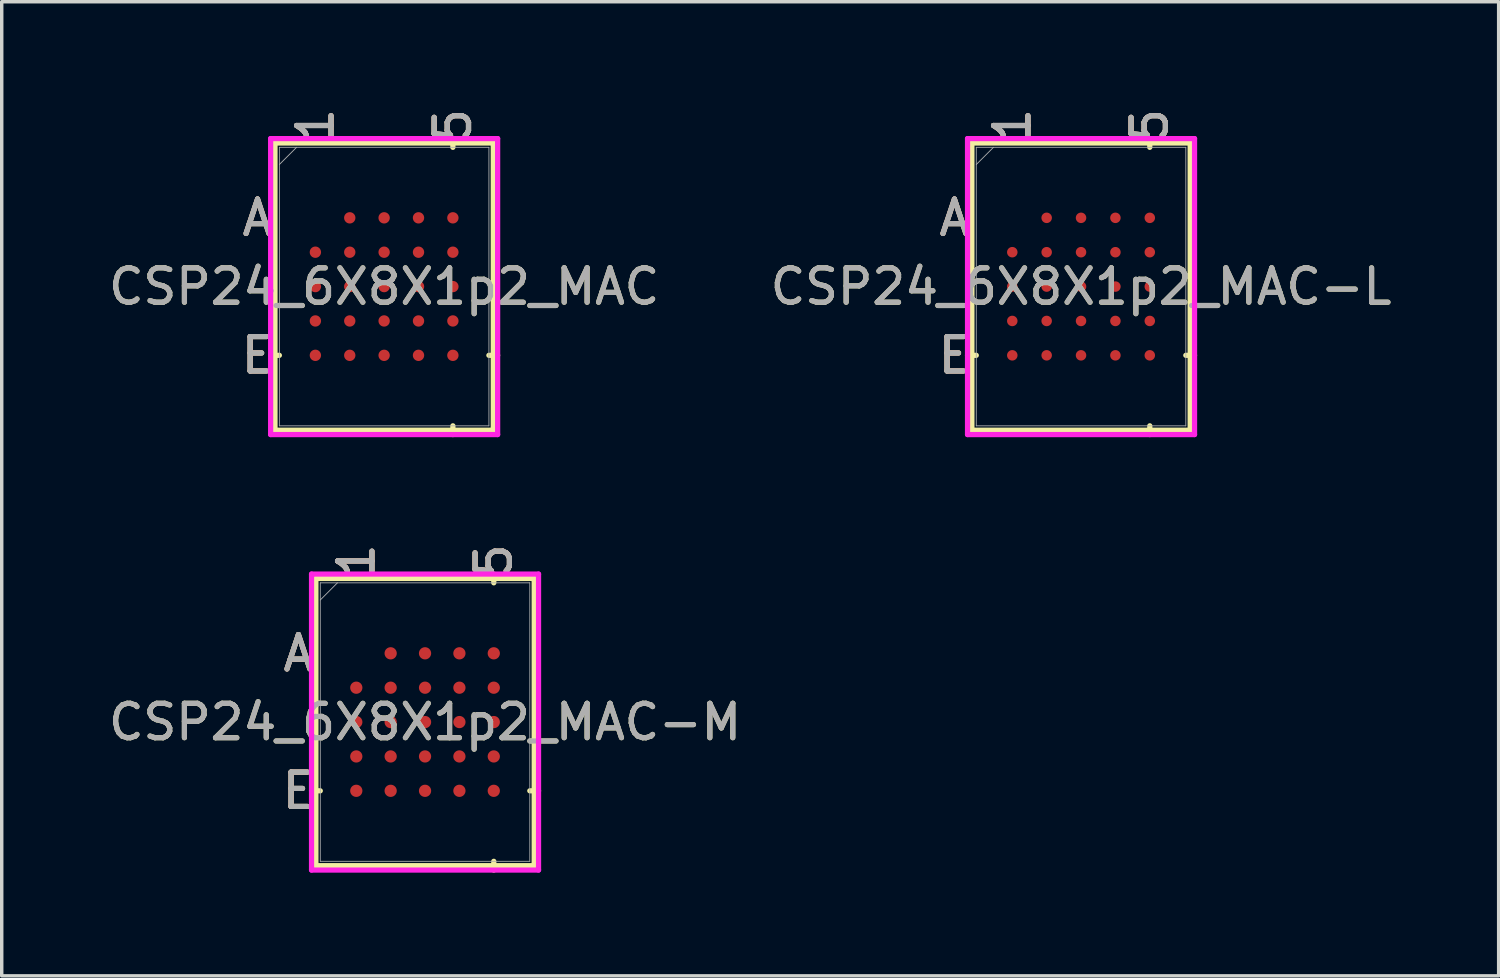
<source format=kicad_pcb>
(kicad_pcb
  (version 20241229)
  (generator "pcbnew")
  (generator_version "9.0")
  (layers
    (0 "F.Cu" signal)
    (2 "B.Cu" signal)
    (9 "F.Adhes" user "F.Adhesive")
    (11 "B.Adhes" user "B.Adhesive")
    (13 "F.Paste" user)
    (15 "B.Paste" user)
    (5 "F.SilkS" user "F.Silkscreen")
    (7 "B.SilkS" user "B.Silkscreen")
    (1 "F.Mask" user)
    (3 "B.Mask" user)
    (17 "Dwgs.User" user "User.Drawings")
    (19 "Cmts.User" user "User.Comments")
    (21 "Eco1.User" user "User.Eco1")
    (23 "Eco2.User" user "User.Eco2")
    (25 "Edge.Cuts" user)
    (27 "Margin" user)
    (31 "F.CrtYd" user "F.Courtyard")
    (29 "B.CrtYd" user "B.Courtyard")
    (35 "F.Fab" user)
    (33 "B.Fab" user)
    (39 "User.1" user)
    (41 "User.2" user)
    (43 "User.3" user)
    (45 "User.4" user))
  (footprint "CSP24_6X8X1p2_MAC-M"
    (layer "F.Cu")
    (at 9.315 17.956)
    (property "Reference" "CSP24_6X8X1p2_MAC-M" (at 0 0 0) (unlocked yes) (layer "F.SilkS") (effects (font (size 1 1) (thickness 0.15))))
    (attr smd)
    (fp_line (start -3.175 -4.178) (end -3.175 4.178) (stroke (width 0.152) (type solid)) (layer "F.SilkS"))
    (fp_line (start -3.175 4.178) (end 3.175 4.178) (stroke (width 0.152) (type solid)) (layer "F.SilkS"))
    (fp_line (start -3.048 2) (end -3.302 2) (stroke (width 0.152) (type solid)) (layer "F.SilkS"))
    (fp_line (start 2 -4.051) (end 2 -4.305) (stroke (width 0.152) (type solid)) (layer "F.SilkS"))
    (fp_line (start 2 4.051) (end 2 4.305) (stroke (width 0.152) (type solid)) (layer "F.SilkS"))
    (fp_line (start 3.048 2) (end 3.302 2) (stroke (width 0.152) (type solid)) (layer "F.SilkS"))
    (fp_line (start 3.175 -4.178) (end -3.175 -4.178) (stroke (width 0.152) (type solid)) (layer "F.SilkS"))
    (fp_line (start 3.175 4.178) (end 3.175 -4.178) (stroke (width 0.152) (type solid)) (layer "F.SilkS"))
    (fp_poly (pts (xy -3.008 -3.008) (xy 3.008 -3.008) (xy 3.008 3.008) (xy -3.008 3.008)) (stroke (width 0.1) (type solid)) (fill no) (layer "Eco2.User"))
    (fp_line (start -3.302 -4.305) (end 3.302 -4.305) (stroke (width 0.152) (type solid)) (layer "F.CrtYd"))
    (fp_line (start -3.302 4.305) (end -3.302 -4.305) (stroke (width 0.152) (type solid)) (layer "F.CrtYd"))
    (fp_line (start 3.302 -4.305) (end 3.302 4.305) (stroke (width 0.152) (type solid)) (layer "F.CrtYd"))
    (fp_line (start 3.302 4.305) (end -3.302 4.305) (stroke (width 0.152) (type solid)) (layer "F.CrtYd"))
    (fp_line (start -3.048 -4.051) (end -3.048 4.051) (stroke (width 0.025) (type solid)) (layer "F.Fab"))
    (fp_line (start -3.048 4.051) (end 3.048 4.051) (stroke (width 0.025) (type solid)) (layer "F.Fab"))
    (fp_line (start -2.548 -4.051) (end -3.048 -3.551) (stroke (width 0.025) (type solid)) (layer "F.Fab"))
    (fp_line (start 3.048 -4.051) (end -3.048 -4.051) (stroke (width 0.025) (type solid)) (layer "F.Fab"))
    (fp_line (start 3.048 4.051) (end 3.048 -4.051) (stroke (width 0.025) (type solid)) (layer "F.Fab"))
    (fp_text user "A" (at -3.683 -2 0) (unlocked yes) (layer "F.SilkS") (effects (font (size 1 1) (thickness 0.15))))
    (fp_text user "5" (at 2 -4.686 90) (unlocked yes) (layer "F.SilkS") (effects (font (size 1 1) (thickness 0.15))))
    (fp_text user "1" (at -2 -4.686 90) (unlocked yes) (layer "F.SilkS") (effects (font (size 1 1) (thickness 0.15))))
    (fp_text user "E" (at -3.683 2 0) (unlocked yes) (layer "F.SilkS") (effects (font (size 1 1) (thickness 0.15))))
    (fp_text user "E" (at -3.683 2 0) (unlocked yes) (layer "B.SilkS") (effects (font (size 1 1) (thickness 0.15))))
    (fp_text user "5" (at 2 -4.686 90) (unlocked yes) (layer "B.SilkS") (effects (font (size 1 1) (thickness 0.15))))
    (fp_text user "A" (at -3.683 -2 0) (unlocked yes) (layer "B.SilkS") (effects (font (size 1 1) (thickness 0.15))))
    (fp_text user "1" (at -2 -4.686 90) (unlocked yes) (layer "B.SilkS") (effects (font (size 1 1) (thickness 0.15))))
    (fp_text user "5" (at 2 -4.686 90) (unlocked yes) (layer "F.Fab") (effects (font (size 1 1) (thickness 0.15))))
    (fp_text user "1" (at -2 -4.686 90) (unlocked yes) (layer "F.Fab") (effects (font (size 1 1) (thickness 0.15))))
    (fp_text user "${REFERENCE}" (at 0 0 0) (unlocked yes) (layer "F.Fab") (effects (font (size 1 1) (thickness 0.15))))
    (fp_text user "A" (at -3.683 -2 0) (unlocked yes) (layer "F.Fab") (effects (font (size 1 1) (thickness 0.15))))
    (fp_text user "E" (at -3.683 2 0) (unlocked yes) (layer "F.Fab") (effects (font (size 1 1) (thickness 0.15))))
    (pad "A2" smd circle (at -1 -2) (size 0.356 0.356) (layers "F.Cu" "F.Mask" "F.Paste"))
    (pad "A3" smd circle (at 0 -2) (size 0.356 0.356) (layers "F.Cu" "F.Mask" "F.Paste"))
    (pad "A4" smd circle (at 1 -2) (size 0.356 0.356) (layers "F.Cu" "F.Mask" "F.Paste"))
    (pad "A5" smd circle (at 2 -2) (size 0.356 0.356) (layers "F.Cu" "F.Mask" "F.Paste"))
    (pad "B1" smd circle (at -2 -1) (size 0.356 0.356) (layers "F.Cu" "F.Mask" "F.Paste"))
    (pad "B2" smd circle (at -1 -1) (size 0.356 0.356) (layers "F.Cu" "F.Mask" "F.Paste"))
    (pad "B3" smd circle (at 0 -1) (size 0.356 0.356) (layers "F.Cu" "F.Mask" "F.Paste"))
    (pad "B4" smd circle (at 1 -1) (size 0.356 0.356) (layers "F.Cu" "F.Mask" "F.Paste"))
    (pad "B5" smd circle (at 2 -1) (size 0.356 0.356) (layers "F.Cu" "F.Mask" "F.Paste"))
    (pad "C1" smd circle (at -2 0) (size 0.356 0.356) (layers "F.Cu" "F.Mask" "F.Paste"))
    (pad "C2" smd circle (at -1 0) (size 0.356 0.356) (layers "F.Cu" "F.Mask" "F.Paste"))
    (pad "C3" smd circle (at 0 0) (size 0.356 0.356) (layers "F.Cu" "F.Mask" "F.Paste"))
    (pad "C4" smd circle (at 1 0) (size 0.356 0.356) (layers "F.Cu" "F.Mask" "F.Paste"))
    (pad "C5" smd circle (at 2 0) (size 0.356 0.356) (layers "F.Cu" "F.Mask" "F.Paste"))
    (pad "D1" smd circle (at -2 1) (size 0.356 0.356) (layers "F.Cu" "F.Mask" "F.Paste"))
    (pad "D2" smd circle (at -1 1) (size 0.356 0.356) (layers "F.Cu" "F.Mask" "F.Paste"))
    (pad "D3" smd circle (at 0 1) (size 0.356 0.356) (layers "F.Cu" "F.Mask" "F.Paste"))
    (pad "D4" smd circle (at 1 1) (size 0.356 0.356) (layers "F.Cu" "F.Mask" "F.Paste"))
    (pad "D5" smd circle (at 2 1) (size 0.356 0.356) (layers "F.Cu" "F.Mask" "F.Paste"))
    (pad "E1" smd circle (at -2 2) (size 0.356 0.356) (layers "F.Cu" "F.Mask" "F.Paste"))
    (pad "E2" smd circle (at -1 2) (size 0.356 0.356) (layers "F.Cu" "F.Mask" "F.Paste"))
    (pad "E3" smd circle (at 0 2) (size 0.356 0.356) (layers "F.Cu" "F.Mask" "F.Paste"))
    (pad "E4" smd circle (at 1 2) (size 0.356 0.356) (layers "F.Cu" "F.Mask" "F.Paste"))
    (pad "E5" smd circle (at 2 2) (size 0.356 0.356) (layers "F.Cu" "F.Mask" "F.Paste")))
  (footprint "CSP24_6X8X1p2_MAC"
    (layer "F.Cu")
    (at 8.125 5.287)
    (property "Reference" "CSP24_6X8X1p2_MAC" (at 0 0 0) (unlocked yes) (layer "F.SilkS") (effects (font (size 1 1) (thickness 0.15))))
    (attr smd)
    (fp_line (start -3.175 -4.178) (end -3.175 4.178) (stroke (width 0.152) (type solid)) (layer "F.SilkS"))
    (fp_line (start -3.175 4.178) (end 3.175 4.178) (stroke (width 0.152) (type solid)) (layer "F.SilkS"))
    (fp_line (start -3.048 2) (end -3.302 2) (stroke (width 0.152) (type solid)) (layer "F.SilkS"))
    (fp_line (start 2 -4.051) (end 2 -4.305) (stroke (width 0.152) (type solid)) (layer "F.SilkS"))
    (fp_line (start 2 4.051) (end 2 4.305) (stroke (width 0.152) (type solid)) (layer "F.SilkS"))
    (fp_line (start 3.048 2) (end 3.302 2) (stroke (width 0.152) (type solid)) (layer "F.SilkS"))
    (fp_line (start 3.175 -4.178) (end -3.175 -4.178) (stroke (width 0.152) (type solid)) (layer "F.SilkS"))
    (fp_line (start 3.175 4.178) (end 3.175 -4.178) (stroke (width 0.152) (type solid)) (layer "F.SilkS"))
    (fp_poly (pts (xy -3.008 -3.008) (xy 3.008 -3.008) (xy 3.008 3.008) (xy -3.008 3.008)) (stroke (width 0.1) (type solid)) (fill no) (layer "Eco2.User"))
    (fp_line (start -3.302 -4.305) (end 3.302 -4.305) (stroke (width 0.152) (type solid)) (layer "F.CrtYd"))
    (fp_line (start -3.302 4.305) (end -3.302 -4.305) (stroke (width 0.152) (type solid)) (layer "F.CrtYd"))
    (fp_line (start 3.302 -4.305) (end 3.302 4.305) (stroke (width 0.152) (type solid)) (layer "F.CrtYd"))
    (fp_line (start 3.302 4.305) (end -3.302 4.305) (stroke (width 0.152) (type solid)) (layer "F.CrtYd"))
    (fp_line (start -3.048 -4.051) (end -3.048 4.051) (stroke (width 0.025) (type solid)) (layer "F.Fab"))
    (fp_line (start -3.048 4.051) (end 3.048 4.051) (stroke (width 0.025) (type solid)) (layer "F.Fab"))
    (fp_line (start -2.548 -4.051) (end -3.048 -3.551) (stroke (width 0.025) (type solid)) (layer "F.Fab"))
    (fp_line (start 3.048 -4.051) (end -3.048 -4.051) (stroke (width 0.025) (type solid)) (layer "F.Fab"))
    (fp_line (start 3.048 4.051) (end 3.048 -4.051) (stroke (width 0.025) (type solid)) (layer "F.Fab"))
    (fp_text user "5" (at 2 -4.686 90) (unlocked yes) (layer "F.SilkS") (effects (font (size 1 1) (thickness 0.15))))
    (fp_text user "A" (at -3.683 -2 0) (unlocked yes) (layer "F.SilkS") (effects (font (size 1 1) (thickness 0.15))))
    (fp_text user "1" (at -2 -4.686 90) (unlocked yes) (layer "F.SilkS") (effects (font (size 1 1) (thickness 0.15))))
    (fp_text user "E" (at -3.683 2 0) (unlocked yes) (layer "F.SilkS") (effects (font (size 1 1) (thickness 0.15))))
    (fp_text user "1" (at -2 -4.686 90) (unlocked yes) (layer "B.SilkS") (effects (font (size 1 1) (thickness 0.15))))
    (fp_text user "A" (at -3.683 -2 0) (unlocked yes) (layer "B.SilkS") (effects (font (size 1 1) (thickness 0.15))))
    (fp_text user "E" (at -3.683 2 0) (unlocked yes) (layer "B.SilkS") (effects (font (size 1 1) (thickness 0.15))))
    (fp_text user "5" (at 2 -4.686 90) (unlocked yes) (layer "B.SilkS") (effects (font (size 1 1) (thickness 0.15))))
    (fp_text user "1" (at -2 -4.686 90) (unlocked yes) (layer "F.Fab") (effects (font (size 1 1) (thickness 0.15))))
    (fp_text user "E" (at -3.683 2 0) (unlocked yes) (layer "F.Fab") (effects (font (size 1 1) (thickness 0.15))))
    (fp_text user "${REFERENCE}" (at 0 0 0) (unlocked yes) (layer "F.Fab") (effects (font (size 1 1) (thickness 0.15))))
    (fp_text user "A" (at -3.683 -2 0) (unlocked yes) (layer "F.Fab") (effects (font (size 1 1) (thickness 0.15))))
    (fp_text user "5" (at 2 -4.686 90) (unlocked yes) (layer "F.Fab") (effects (font (size 1 1) (thickness 0.15))))
    (pad "A2" smd circle (at -1 -2) (size 0.33 0.33) (layers "F.Cu" "F.Mask" "F.Paste"))
    (pad "A3" smd circle (at 0 -2) (size 0.33 0.33) (layers "F.Cu" "F.Mask" "F.Paste"))
    (pad "A4" smd circle (at 1 -2) (size 0.33 0.33) (layers "F.Cu" "F.Mask" "F.Paste"))
    (pad "A5" smd circle (at 2 -2) (size 0.33 0.33) (layers "F.Cu" "F.Mask" "F.Paste"))
    (pad "B1" smd circle (at -2 -1) (size 0.33 0.33) (layers "F.Cu" "F.Mask" "F.Paste"))
    (pad "B2" smd circle (at -1 -1) (size 0.33 0.33) (layers "F.Cu" "F.Mask" "F.Paste"))
    (pad "B3" smd circle (at 0 -1) (size 0.33 0.33) (layers "F.Cu" "F.Mask" "F.Paste"))
    (pad "B4" smd circle (at 1 -1) (size 0.33 0.33) (layers "F.Cu" "F.Mask" "F.Paste"))
    (pad "B5" smd circle (at 2 -1) (size 0.33 0.33) (layers "F.Cu" "F.Mask" "F.Paste"))
    (pad "C1" smd circle (at -2 0) (size 0.33 0.33) (layers "F.Cu" "F.Mask" "F.Paste"))
    (pad "C2" smd circle (at -1 0) (size 0.33 0.33) (layers "F.Cu" "F.Mask" "F.Paste"))
    (pad "C3" smd circle (at 0 0) (size 0.33 0.33) (layers "F.Cu" "F.Mask" "F.Paste"))
    (pad "C4" smd circle (at 1 0) (size 0.33 0.33) (layers "F.Cu" "F.Mask" "F.Paste"))
    (pad "C5" smd circle (at 2 0) (size 0.33 0.33) (layers "F.Cu" "F.Mask" "F.Paste"))
    (pad "D1" smd circle (at -2 1) (size 0.33 0.33) (layers "F.Cu" "F.Mask" "F.Paste"))
    (pad "D2" smd circle (at -1 1) (size 0.33 0.33) (layers "F.Cu" "F.Mask" "F.Paste"))
    (pad "D3" smd circle (at 0 1) (size 0.33 0.33) (layers "F.Cu" "F.Mask" "F.Paste"))
    (pad "D4" smd circle (at 1 1) (size 0.33 0.33) (layers "F.Cu" "F.Mask" "F.Paste"))
    (pad "D5" smd circle (at 2 1) (size 0.33 0.33) (layers "F.Cu" "F.Mask" "F.Paste"))
    (pad "E1" smd circle (at -2 2) (size 0.33 0.33) (layers "F.Cu" "F.Mask" "F.Paste"))
    (pad "E2" smd circle (at -1 2) (size 0.33 0.33) (layers "F.Cu" "F.Mask" "F.Paste"))
    (pad "E3" smd circle (at 0 2) (size 0.33 0.33) (layers "F.Cu" "F.Mask" "F.Paste"))
    (pad "E4" smd circle (at 1 2) (size 0.33 0.33) (layers "F.Cu" "F.Mask" "F.Paste"))
    (pad "E5" smd circle (at 2 2) (size 0.33 0.33) (layers "F.Cu" "F.Mask" "F.Paste")))
  (footprint "CSP24_6X8X1p2_MAC-L"
    (layer "F.Cu")
    (at 28.399 5.287)
    (property "Reference" "CSP24_6X8X1p2_MAC-L" (at 0 0 0) (unlocked yes) (layer "F.SilkS") (effects (font (size 1 1) (thickness 0.15))))
    (attr smd)
    (fp_line (start -3.175 -4.178) (end -3.175 4.178) (stroke (width 0.152) (type solid)) (layer "F.SilkS"))
    (fp_line (start -3.175 4.178) (end 3.175 4.178) (stroke (width 0.152) (type solid)) (layer "F.SilkS"))
    (fp_line (start -3.048 2) (end -3.302 2) (stroke (width 0.152) (type solid)) (layer "F.SilkS"))
    (fp_line (start 2 -4.051) (end 2 -4.305) (stroke (width 0.152) (type solid)) (layer "F.SilkS"))
    (fp_line (start 2 4.051) (end 2 4.305) (stroke (width 0.152) (type solid)) (layer "F.SilkS"))
    (fp_line (start 3.048 2) (end 3.302 2) (stroke (width 0.152) (type solid)) (layer "F.SilkS"))
    (fp_line (start 3.175 -4.178) (end -3.175 -4.178) (stroke (width 0.152) (type solid)) (layer "F.SilkS"))
    (fp_line (start 3.175 4.178) (end 3.175 -4.178) (stroke (width 0.152) (type solid)) (layer "F.SilkS"))
    (fp_poly (pts (xy -3.008 -3.008) (xy 3.008 -3.008) (xy 3.008 3.008) (xy -3.008 3.008)) (stroke (width 0.1) (type solid)) (fill no) (layer "Eco2.User"))
    (fp_line (start -3.302 -4.305) (end 3.302 -4.305) (stroke (width 0.152) (type solid)) (layer "F.CrtYd"))
    (fp_line (start -3.302 4.305) (end -3.302 -4.305) (stroke (width 0.152) (type solid)) (layer "F.CrtYd"))
    (fp_line (start 3.302 -4.305) (end 3.302 4.305) (stroke (width 0.152) (type solid)) (layer "F.CrtYd"))
    (fp_line (start 3.302 4.305) (end -3.302 4.305) (stroke (width 0.152) (type solid)) (layer "F.CrtYd"))
    (fp_line (start -3.048 -4.051) (end -3.048 4.051) (stroke (width 0.025) (type solid)) (layer "F.Fab"))
    (fp_line (start -3.048 4.051) (end 3.048 4.051) (stroke (width 0.025) (type solid)) (layer "F.Fab"))
    (fp_line (start -2.548 -4.051) (end -3.048 -3.551) (stroke (width 0.025) (type solid)) (layer "F.Fab"))
    (fp_line (start 3.048 -4.051) (end -3.048 -4.051) (stroke (width 0.025) (type solid)) (layer "F.Fab"))
    (fp_line (start 3.048 4.051) (end 3.048 -4.051) (stroke (width 0.025) (type solid)) (layer "F.Fab"))
    (fp_text user "1" (at -2 -4.686 90) (unlocked yes) (layer "F.SilkS") (effects (font (size 1 1) (thickness 0.15))))
    (fp_text user "E" (at -3.683 2 0) (unlocked yes) (layer "F.SilkS") (effects (font (size 1 1) (thickness 0.15))))
    (fp_text user "5" (at 2 -4.686 90) (unlocked yes) (layer "F.SilkS") (effects (font (size 1 1) (thickness 0.15))))
    (fp_text user "A" (at -3.683 -2 0) (unlocked yes) (layer "F.SilkS") (effects (font (size 1 1) (thickness 0.15))))
    (fp_text user "E" (at -3.683 2 0) (unlocked yes) (layer "B.SilkS") (effects (font (size 1 1) (thickness 0.15))))
    (fp_text user "1" (at -2 -4.686 90) (unlocked yes) (layer "B.SilkS") (effects (font (size 1 1) (thickness 0.15))))
    (fp_text user "A" (at -3.683 -2 0) (unlocked yes) (layer "B.SilkS") (effects (font (size 1 1) (thickness 0.15))))
    (fp_text user "5" (at 2 -4.686 90) (unlocked yes) (layer "B.SilkS") (effects (font (size 1 1) (thickness 0.15))))
    (fp_text user "1" (at -2 -4.686 90) (unlocked yes) (layer "F.Fab") (effects (font (size 1 1) (thickness 0.15))))
    (fp_text user "A" (at -3.683 -2 0) (unlocked yes) (layer "F.Fab") (effects (font (size 1 1) (thickness 0.15))))
    (fp_text user "5" (at 2 -4.686 90) (unlocked yes) (layer "F.Fab") (effects (font (size 1 1) (thickness 0.15))))
    (fp_text user "E" (at -3.683 2 0) (unlocked yes) (layer "F.Fab") (effects (font (size 1 1) (thickness 0.15))))
    (fp_text user "${REFERENCE}" (at 0 0 0) (unlocked yes) (layer "F.Fab") (effects (font (size 1 1) (thickness 0.15))))
    (pad "A2" smd circle (at -1 -2) (size 0.305 0.305) (layers "F.Cu" "F.Mask" "F.Paste"))
    (pad "A3" smd circle (at 0 -2) (size 0.305 0.305) (layers "F.Cu" "F.Mask" "F.Paste"))
    (pad "A4" smd circle (at 1 -2) (size 0.305 0.305) (layers "F.Cu" "F.Mask" "F.Paste"))
    (pad "A5" smd circle (at 2 -2) (size 0.305 0.305) (layers "F.Cu" "F.Mask" "F.Paste"))
    (pad "B1" smd circle (at -2 -1) (size 0.305 0.305) (layers "F.Cu" "F.Mask" "F.Paste"))
    (pad "B2" smd circle (at -1 -1) (size 0.305 0.305) (layers "F.Cu" "F.Mask" "F.Paste"))
    (pad "B3" smd circle (at 0 -1) (size 0.305 0.305) (layers "F.Cu" "F.Mask" "F.Paste"))
    (pad "B4" smd circle (at 1 -1) (size 0.305 0.305) (layers "F.Cu" "F.Mask" "F.Paste"))
    (pad "B5" smd circle (at 2 -1) (size 0.305 0.305) (layers "F.Cu" "F.Mask" "F.Paste"))
    (pad "C1" smd circle (at -2 0) (size 0.305 0.305) (layers "F.Cu" "F.Mask" "F.Paste"))
    (pad "C2" smd circle (at -1 0) (size 0.305 0.305) (layers "F.Cu" "F.Mask" "F.Paste"))
    (pad "C3" smd circle (at 0 0) (size 0.305 0.305) (layers "F.Cu" "F.Mask" "F.Paste"))
    (pad "C4" smd circle (at 1 0) (size 0.305 0.305) (layers "F.Cu" "F.Mask" "F.Paste"))
    (pad "C5" smd circle (at 2 0) (size 0.305 0.305) (layers "F.Cu" "F.Mask" "F.Paste"))
    (pad "D1" smd circle (at -2 1) (size 0.305 0.305) (layers "F.Cu" "F.Mask" "F.Paste"))
    (pad "D2" smd circle (at -1 1) (size 0.305 0.305) (layers "F.Cu" "F.Mask" "F.Paste"))
    (pad "D3" smd circle (at 0 1) (size 0.305 0.305) (layers "F.Cu" "F.Mask" "F.Paste"))
    (pad "D4" smd circle (at 1 1) (size 0.305 0.305) (layers "F.Cu" "F.Mask" "F.Paste"))
    (pad "D5" smd circle (at 2 1) (size 0.305 0.305) (layers "F.Cu" "F.Mask" "F.Paste"))
    (pad "E1" smd circle (at -2 2) (size 0.305 0.305) (layers "F.Cu" "F.Mask" "F.Paste"))
    (pad "E2" smd circle (at -1 2) (size 0.305 0.305) (layers "F.Cu" "F.Mask" "F.Paste"))
    (pad "E3" smd circle (at 0 2) (size 0.305 0.305) (layers "F.Cu" "F.Mask" "F.Paste"))
    (pad "E4" smd circle (at 1 2) (size 0.305 0.305) (layers "F.Cu" "F.Mask" "F.Paste"))
    (pad "E5" smd circle (at 2 2) (size 0.305 0.305) (layers "F.Cu" "F.Mask" "F.Paste")))
  (gr_rect
    (start -3 -3)
    (end 40.548 25.338)
    (stroke (width 0.1) (type default))
    (fill no)
    (layer "Edge.Cuts")))
</source>
